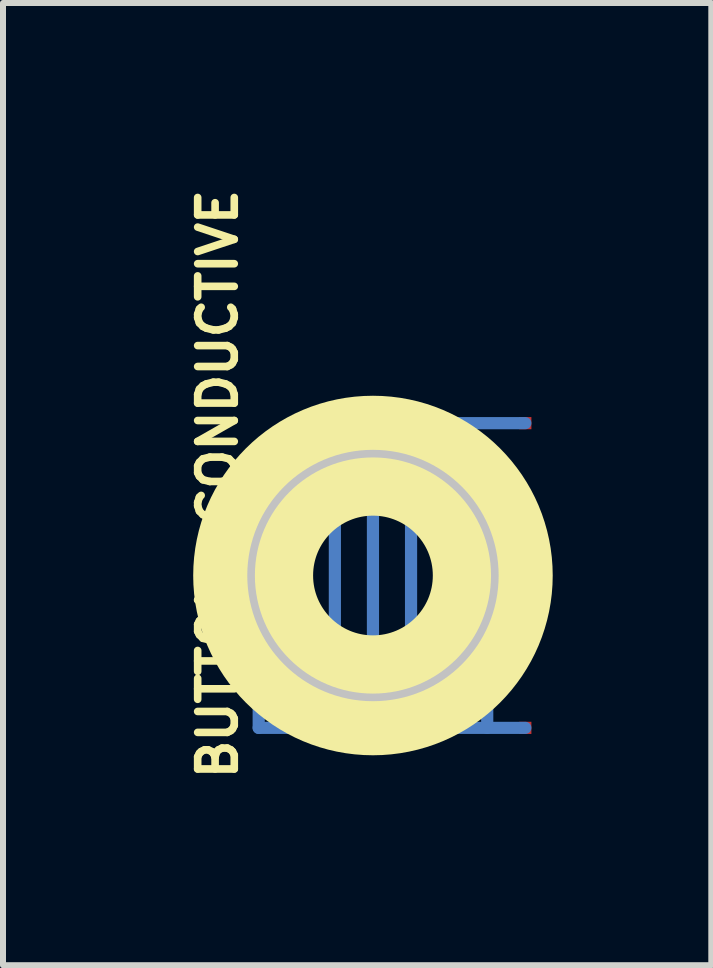
<source format=kicad_pcb>
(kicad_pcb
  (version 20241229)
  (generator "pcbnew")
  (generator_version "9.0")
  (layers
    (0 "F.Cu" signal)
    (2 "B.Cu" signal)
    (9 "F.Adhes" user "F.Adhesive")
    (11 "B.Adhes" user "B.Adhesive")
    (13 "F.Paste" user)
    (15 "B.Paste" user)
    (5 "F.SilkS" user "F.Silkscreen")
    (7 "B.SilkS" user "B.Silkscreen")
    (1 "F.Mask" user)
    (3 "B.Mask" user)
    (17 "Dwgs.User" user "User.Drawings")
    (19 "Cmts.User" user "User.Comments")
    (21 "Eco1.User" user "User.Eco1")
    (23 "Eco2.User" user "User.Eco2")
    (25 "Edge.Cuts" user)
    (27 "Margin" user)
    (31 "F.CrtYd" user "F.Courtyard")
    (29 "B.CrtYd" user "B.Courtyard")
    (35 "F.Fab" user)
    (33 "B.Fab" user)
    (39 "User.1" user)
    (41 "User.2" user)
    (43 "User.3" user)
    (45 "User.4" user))
  (footprint "BUTTON-CONDUCTIVE"
    (layer "F.Cu")
    (at 3.168 6.545)
    (property "Reference" "BUTTON-CONDUCTIVE" (at -2.588 -1.524 90) (layer "F.SilkS") (effects (font (size 0.61 0.61) (thickness 0.127))))
    (attr smd)
    (fp_line (start -1.905 -1.27) (end -1.905 2.54) (stroke (width 0.203) (type solid)) (layer "B.Cu"))
    (fp_line (start -1.905 2.54) (end 2.54 2.54) (stroke (width 0.203) (type solid)) (layer "B.Cu"))
    (fp_line (start -1.27 -2.54) (end 2.54 -2.54) (stroke (width 0.203) (type solid)) (layer "B.Cu"))
    (fp_line (start -1.27 1.27) (end -1.27 -2.54) (stroke (width 0.203) (type solid)) (layer "B.Cu"))
    (fp_line (start -0.635 -1.905) (end -0.635 2.54) (stroke (width 0.203) (type solid)) (layer "B.Cu"))
    (fp_line (start 0 1.905) (end 0 -2.54) (stroke (width 0.203) (type solid)) (layer "B.Cu"))
    (fp_line (start 0.635 -1.905) (end 0.635 2.54) (stroke (width 0.203) (type solid)) (layer "B.Cu"))
    (fp_line (start 1.27 1.27) (end 1.27 -2.54) (stroke (width 0.203) (type solid)) (layer "B.Cu"))
    (fp_line (start 1.905 -1.27) (end 1.905 2.54) (stroke (width 0.203) (type solid)) (layer "B.Cu"))
    (fp_circle (center 0 0) (end 0 -0.998) (stroke (width 1.999) (type solid)) (fill no) (layer "F.SilkS"))
    (fp_circle (center 0 0) (end 0 -2.032) (stroke (width 0.127) (type solid)) (fill no) (layer "Dwgs.User"))
    (pad "1" smd rect (at 2.54 -2.54) (size 0.203 0.203) (layers "F.Cu" "F.Mask" "F.Paste"))
    (pad "2" smd rect (at 2.54 2.54) (size 0.203 0.203) (layers "F.Cu" "F.Mask" "F.Paste")))
  (gr_rect
    (start -3 -3)
    (end 8.809 13.042)
    (stroke (width 0.1) (type default))
    (fill no)
    (layer "Edge.Cuts")))
</source>
